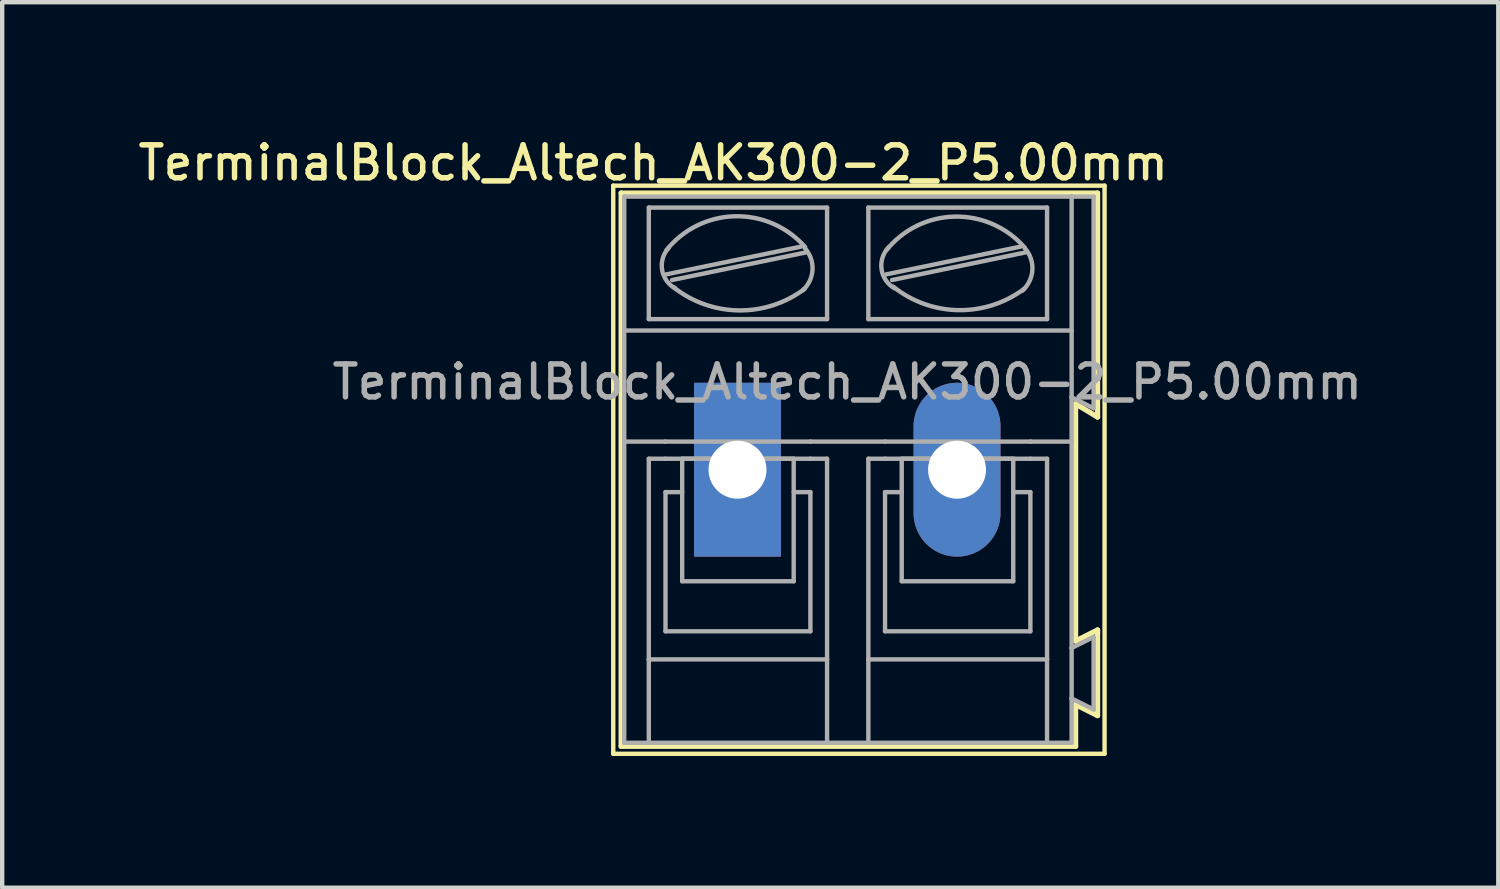
<source format=kicad_pcb>
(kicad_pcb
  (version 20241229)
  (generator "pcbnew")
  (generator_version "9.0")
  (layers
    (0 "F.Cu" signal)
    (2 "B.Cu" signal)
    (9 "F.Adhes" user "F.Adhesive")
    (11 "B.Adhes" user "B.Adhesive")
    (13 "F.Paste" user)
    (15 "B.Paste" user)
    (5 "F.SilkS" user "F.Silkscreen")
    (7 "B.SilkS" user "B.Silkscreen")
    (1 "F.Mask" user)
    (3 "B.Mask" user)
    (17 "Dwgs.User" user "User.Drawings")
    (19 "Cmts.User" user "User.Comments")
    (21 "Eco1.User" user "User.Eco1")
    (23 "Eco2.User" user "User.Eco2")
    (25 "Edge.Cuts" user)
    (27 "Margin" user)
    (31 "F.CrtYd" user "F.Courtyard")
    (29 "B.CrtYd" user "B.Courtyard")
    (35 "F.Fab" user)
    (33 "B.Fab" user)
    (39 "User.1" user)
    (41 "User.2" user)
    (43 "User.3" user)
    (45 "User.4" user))
  (footprint "TerminalBlock_Altech_AK300-2_P5.00mm"
    (layer "F.Cu")
    (at 13.747 7.648)
    (property "Reference" "TerminalBlock_Altech_AK300-2_P5.00mm" (at -1.92 -6.99 0) (layer "F.SilkS") (effects (font (size 0.75 0.75) (thickness 0.125))))
    (attr through_hole)
    (fp_line (start -2.83 -6.47) (end -2.83 6.47) (stroke (width 0.1) (type solid)) (layer "F.SilkS"))
    (fp_line (start -2.83 -6.47) (end 8.36 -6.47) (stroke (width 0.1) (type solid)) (layer "F.SilkS"))
    (fp_line (start -2.65 -6.3) (end -2.65 6.3) (stroke (width 0.12) (type solid)) (layer "F.SilkS"))
    (fp_line (start -2.65 6.3) (end 7.7 6.3) (stroke (width 0.12) (type solid)) (layer "F.SilkS"))
    (fp_line (start 7.7 -1.5) (end 8.2 -1.2) (stroke (width 0.12) (type solid)) (layer "F.SilkS"))
    (fp_line (start 7.7 3.9) (end 7.7 -1.5) (stroke (width 0.12) (type solid)) (layer "F.SilkS"))
    (fp_line (start 7.7 5.35) (end 8.2 5.6) (stroke (width 0.12) (type solid)) (layer "F.SilkS"))
    (fp_line (start 7.7 6.3) (end 7.7 5.35) (stroke (width 0.12) (type solid)) (layer "F.SilkS"))
    (fp_line (start 8.2 -6.3) (end -2.65 -6.3) (stroke (width 0.12) (type solid)) (layer "F.SilkS"))
    (fp_line (start 8.2 -1.2) (end 8.2 -6.3) (stroke (width 0.12) (type solid)) (layer "F.SilkS"))
    (fp_line (start 8.2 3.65) (end 7.7 3.9) (stroke (width 0.12) (type solid)) (layer "F.SilkS"))
    (fp_line (start 8.2 3.7) (end 8.2 3.65) (stroke (width 0.12) (type solid)) (layer "F.SilkS"))
    (fp_line (start 8.2 5.6) (end 8.2 3.7) (stroke (width 0.12) (type solid)) (layer "F.SilkS"))
    (fp_line (start 8.36 6.47) (end -2.83 6.47) (stroke (width 0.1) (type solid)) (layer "F.SilkS"))
    (fp_line (start 8.36 6.47) (end 8.36 -6.47) (stroke (width 0.1) (type solid)) (layer "F.SilkS"))
    (fp_line (start -2.58 -3.17) (end -2.58 -6.22) (stroke (width 0.1) (type solid)) (layer "F.Fab"))
    (fp_line (start -2.58 -3.17) (end 7.61 -3.17) (stroke (width 0.1) (type solid)) (layer "F.Fab"))
    (fp_line (start -2.58 -0.64) (end -2.58 -3.17) (stroke (width 0.1) (type solid)) (layer "F.Fab"))
    (fp_line (start -2.58 -0.64) (end -1.64 -0.64) (stroke (width 0.1) (type solid)) (layer "F.Fab"))
    (fp_line (start -2.58 6.22) (end -2.58 -0.64) (stroke (width 0.1) (type solid)) (layer "F.Fab"))
    (fp_line (start -2.58 6.22) (end -2.02 6.22) (stroke (width 0.1) (type solid)) (layer "F.Fab"))
    (fp_line (start -2.02 -3.43) (end -2.02 -5.97) (stroke (width 0.1) (type solid)) (layer "F.Fab"))
    (fp_line (start -2.02 -0.25) (end -2.02 4.32) (stroke (width 0.1) (type solid)) (layer "F.Fab"))
    (fp_line (start -2.02 -0.25) (end -1.64 -0.25) (stroke (width 0.1) (type solid)) (layer "F.Fab"))
    (fp_line (start -2.02 4.32) (end -2.02 6.22) (stroke (width 0.1) (type solid)) (layer "F.Fab"))
    (fp_line (start -2.02 6.22) (end 2.04 6.22) (stroke (width 0.1) (type solid)) (layer "F.Fab"))
    (fp_line (start -1.64 -0.64) (end 1.66 -0.64) (stroke (width 0.1) (type solid)) (layer "F.Fab"))
    (fp_line (start -1.64 0.51) (end -1.26 0.51) (stroke (width 0.1) (type solid)) (layer "F.Fab"))
    (fp_line (start -1.64 3.68) (end -1.64 0.51) (stroke (width 0.1) (type solid)) (layer "F.Fab"))
    (fp_line (start -1.62 -4.45) (end 1.44 -5.08) (stroke (width 0.1) (type solid)) (layer "F.Fab"))
    (fp_line (start -1.49 -4.32) (end 1.56 -4.95) (stroke (width 0.1) (type solid)) (layer "F.Fab"))
    (fp_line (start -1.26 -0.25) (end 1.28 -0.25) (stroke (width 0.1) (type solid)) (layer "F.Fab"))
    (fp_line (start -1.26 2.54) (end -1.26 -0.25) (stroke (width 0.1) (type solid)) (layer "F.Fab"))
    (fp_line (start -1.26 2.54) (end 1.28 2.54) (stroke (width 0.1) (type solid)) (layer "F.Fab"))
    (fp_line (start 1.28 2.54) (end 1.28 -0.25) (stroke (width 0.1) (type solid)) (layer "F.Fab"))
    (fp_line (start 1.66 -0.64) (end 3.36 -0.64) (stroke (width 0.1) (type solid)) (layer "F.Fab"))
    (fp_line (start 1.66 -0.25) (end -1.64 -0.25) (stroke (width 0.1) (type solid)) (layer "F.Fab"))
    (fp_line (start 1.66 0.51) (end 1.28 0.51) (stroke (width 0.1) (type solid)) (layer "F.Fab"))
    (fp_line (start 1.66 3.68) (end -1.64 3.68) (stroke (width 0.1) (type solid)) (layer "F.Fab"))
    (fp_line (start 1.66 3.68) (end 1.66 0.51) (stroke (width 0.1) (type solid)) (layer "F.Fab"))
    (fp_line (start 2.04 -5.97) (end -2.02 -5.97) (stroke (width 0.1) (type solid)) (layer "F.Fab"))
    (fp_line (start 2.04 -3.43) (end -2.02 -3.43) (stroke (width 0.1) (type solid)) (layer "F.Fab"))
    (fp_line (start 2.04 -3.43) (end 2.04 -5.97) (stroke (width 0.1) (type solid)) (layer "F.Fab"))
    (fp_line (start 2.04 -0.25) (end 1.66 -0.25) (stroke (width 0.1) (type solid)) (layer "F.Fab"))
    (fp_line (start 2.04 4.32) (end -2.02 4.32) (stroke (width 0.1) (type solid)) (layer "F.Fab"))
    (fp_line (start 2.04 4.32) (end 2.04 -0.25) (stroke (width 0.1) (type solid)) (layer "F.Fab"))
    (fp_line (start 2.04 6.22) (end 2.04 4.32) (stroke (width 0.1) (type solid)) (layer "F.Fab"))
    (fp_line (start 2.04 6.22) (end 2.98 6.22) (stroke (width 0.1) (type solid)) (layer "F.Fab"))
    (fp_line (start 2.98 -5.97) (end 7.05 -5.97) (stroke (width 0.1) (type solid)) (layer "F.Fab"))
    (fp_line (start 2.98 -3.43) (end 2.98 -5.97) (stroke (width 0.1) (type solid)) (layer "F.Fab"))
    (fp_line (start 2.98 -0.25) (end 3.36 -0.25) (stroke (width 0.1) (type solid)) (layer "F.Fab"))
    (fp_line (start 2.98 4.32) (end 2.98 -0.25) (stroke (width 0.1) (type solid)) (layer "F.Fab"))
    (fp_line (start 2.98 4.32) (end 7.05 4.32) (stroke (width 0.1) (type solid)) (layer "F.Fab"))
    (fp_line (start 2.98 6.22) (end 2.98 4.32) (stroke (width 0.1) (type solid)) (layer "F.Fab"))
    (fp_line (start 2.98 6.22) (end 7.05 6.22) (stroke (width 0.1) (type solid)) (layer "F.Fab"))
    (fp_line (start 3.36 -0.25) (end 6.67 -0.25) (stroke (width 0.1) (type solid)) (layer "F.Fab"))
    (fp_line (start 3.36 0.51) (end 3.74 0.51) (stroke (width 0.1) (type solid)) (layer "F.Fab"))
    (fp_line (start 3.36 3.68) (end 3.36 0.51) (stroke (width 0.1) (type solid)) (layer "F.Fab"))
    (fp_line (start 3.39 -4.45) (end 6.44 -5.08) (stroke (width 0.1) (type solid)) (layer "F.Fab"))
    (fp_line (start 3.52 -4.32) (end 6.56 -4.95) (stroke (width 0.1) (type solid)) (layer "F.Fab"))
    (fp_line (start 3.74 -0.25) (end 6.28 -0.25) (stroke (width 0.1) (type solid)) (layer "F.Fab"))
    (fp_line (start 3.74 2.54) (end 3.74 -0.25) (stroke (width 0.1) (type solid)) (layer "F.Fab"))
    (fp_line (start 3.74 2.54) (end 6.28 2.54) (stroke (width 0.1) (type solid)) (layer "F.Fab"))
    (fp_line (start 6.28 2.54) (end 6.28 -0.25) (stroke (width 0.1) (type solid)) (layer "F.Fab"))
    (fp_line (start 6.67 -0.64) (end 3.36 -0.64) (stroke (width 0.1) (type solid)) (layer "F.Fab"))
    (fp_line (start 6.67 0.51) (end 6.28 0.51) (stroke (width 0.1) (type solid)) (layer "F.Fab"))
    (fp_line (start 6.67 3.68) (end 3.36 3.68) (stroke (width 0.1) (type solid)) (layer "F.Fab"))
    (fp_line (start 6.67 3.68) (end 6.67 0.51) (stroke (width 0.1) (type solid)) (layer "F.Fab"))
    (fp_line (start 7.05 -5.97) (end 7.05 -3.43) (stroke (width 0.1) (type solid)) (layer "F.Fab"))
    (fp_line (start 7.05 -3.43) (end 2.98 -3.43) (stroke (width 0.1) (type solid)) (layer "F.Fab"))
    (fp_line (start 7.05 -0.25) (end 6.67 -0.25) (stroke (width 0.1) (type solid)) (layer "F.Fab"))
    (fp_line (start 7.05 -0.25) (end 7.05 4.32) (stroke (width 0.1) (type solid)) (layer "F.Fab"))
    (fp_line (start 7.05 4.32) (end 7.05 6.22) (stroke (width 0.1) (type solid)) (layer "F.Fab"))
    (fp_line (start 7.05 6.22) (end 7.61 6.22) (stroke (width 0.1) (type solid)) (layer "F.Fab"))
    (fp_line (start 7.61 -6.22) (end -2.58 -6.22) (stroke (width 0.1) (type solid)) (layer "F.Fab"))
    (fp_line (start 7.61 -6.22) (end 7.61 -3.17) (stroke (width 0.1) (type solid)) (layer "F.Fab"))
    (fp_line (start 7.61 -6.22) (end 8.11 -6.22) (stroke (width 0.1) (type solid)) (layer "F.Fab"))
    (fp_line (start 7.61 -3.17) (end 7.61 -1.65) (stroke (width 0.1) (type solid)) (layer "F.Fab"))
    (fp_line (start 7.61 -1.65) (end 7.61 -0.64) (stroke (width 0.1) (type solid)) (layer "F.Fab"))
    (fp_line (start 7.61 -0.64) (end 6.67 -0.64) (stroke (width 0.1) (type solid)) (layer "F.Fab"))
    (fp_line (start 7.61 -0.64) (end 7.61 4.06) (stroke (width 0.1) (type solid)) (layer "F.Fab"))
    (fp_line (start 7.61 4.06) (end 7.61 5.21) (stroke (width 0.1) (type solid)) (layer "F.Fab"))
    (fp_line (start 7.61 5.21) (end 7.61 6.22) (stroke (width 0.1) (type solid)) (layer "F.Fab"))
    (fp_line (start 8.11 -6.22) (end 8.11 -1.4) (stroke (width 0.1) (type solid)) (layer "F.Fab"))
    (fp_line (start 8.11 -1.4) (end 7.61 -1.65) (stroke (width 0.1) (type solid)) (layer "F.Fab"))
    (fp_line (start 8.11 3.81) (end 7.61 4.06) (stroke (width 0.1) (type solid)) (layer "F.Fab"))
    (fp_line (start 8.11 3.81) (end 8.11 5.46) (stroke (width 0.1) (type solid)) (layer "F.Fab"))
    (fp_line (start 8.11 5.46) (end 7.61 5.21) (stroke (width 0.1) (type solid)) (layer "F.Fab"))
    (fp_arc (start -1.62 -5) (mid -0.05669 -5.772528) (end 1.539976 -5.071534) (stroke (width 0.1) (type solid)) (layer "F.Fab"))
    (fp_arc (start -1.42 -4.13) (mid -1.718466 -4.559406) (end -1.562972 -5.058699) (stroke (width 0.1) (type solid)) (layer "F.Fab"))
    (fp_arc (start 1.53 -5.05) (mid 1.708693 -4.558754) (end 1.485619 -4.086005) (stroke (width 0.1) (type solid)) (layer "F.Fab"))
    (fp_arc (start 1.53 -4.12) (mid 0.02849 -3.628196) (end -1.459829 -4.158582) (stroke (width 0.1) (type solid)) (layer "F.Fab"))
    (fp_arc (start 3.39 -5) (mid 4.949737 -5.764867) (end 6.538239 -5.061686) (stroke (width 0.1) (type solid)) (layer "F.Fab"))
    (fp_arc (start 3.58 -4.13) (mid 3.281534 -4.559406) (end 3.437028 -5.058699) (stroke (width 0.1) (type solid)) (layer "F.Fab"))
    (fp_arc (start 6.53 -4.12) (mid 5.030583 -3.634318) (end 3.547667 -4.168263) (stroke (width 0.1) (type solid)) (layer "F.Fab"))
    (fp_arc (start 6.54 -5.05) (mid 6.715733 -4.551652) (end 6.485532 -4.076005) (stroke (width 0.1) (type solid)) (layer "F.Fab"))
    (fp_text user "${REFERENCE}" (at 2.5 -2 0) (layer "F.Fab") (effects (font (size 0.75 0.75) (thickness 0.125))))
    (pad "1" thru_hole rect (at 0 0) (size 1.98 3.96) (drill 1.32) (layers "*.Cu" "*.Mask"))
    (pad "2" thru_hole oval (at 5 0) (size 1.98 3.96) (drill 1.32) (layers "*.Cu" "*.Mask")))
  (gr_rect
    (start -3 -3)
    (end 31.074 17.168)
    (stroke (width 0.1) (type default))
    (fill no)
    (layer "Edge.Cuts")))
</source>
